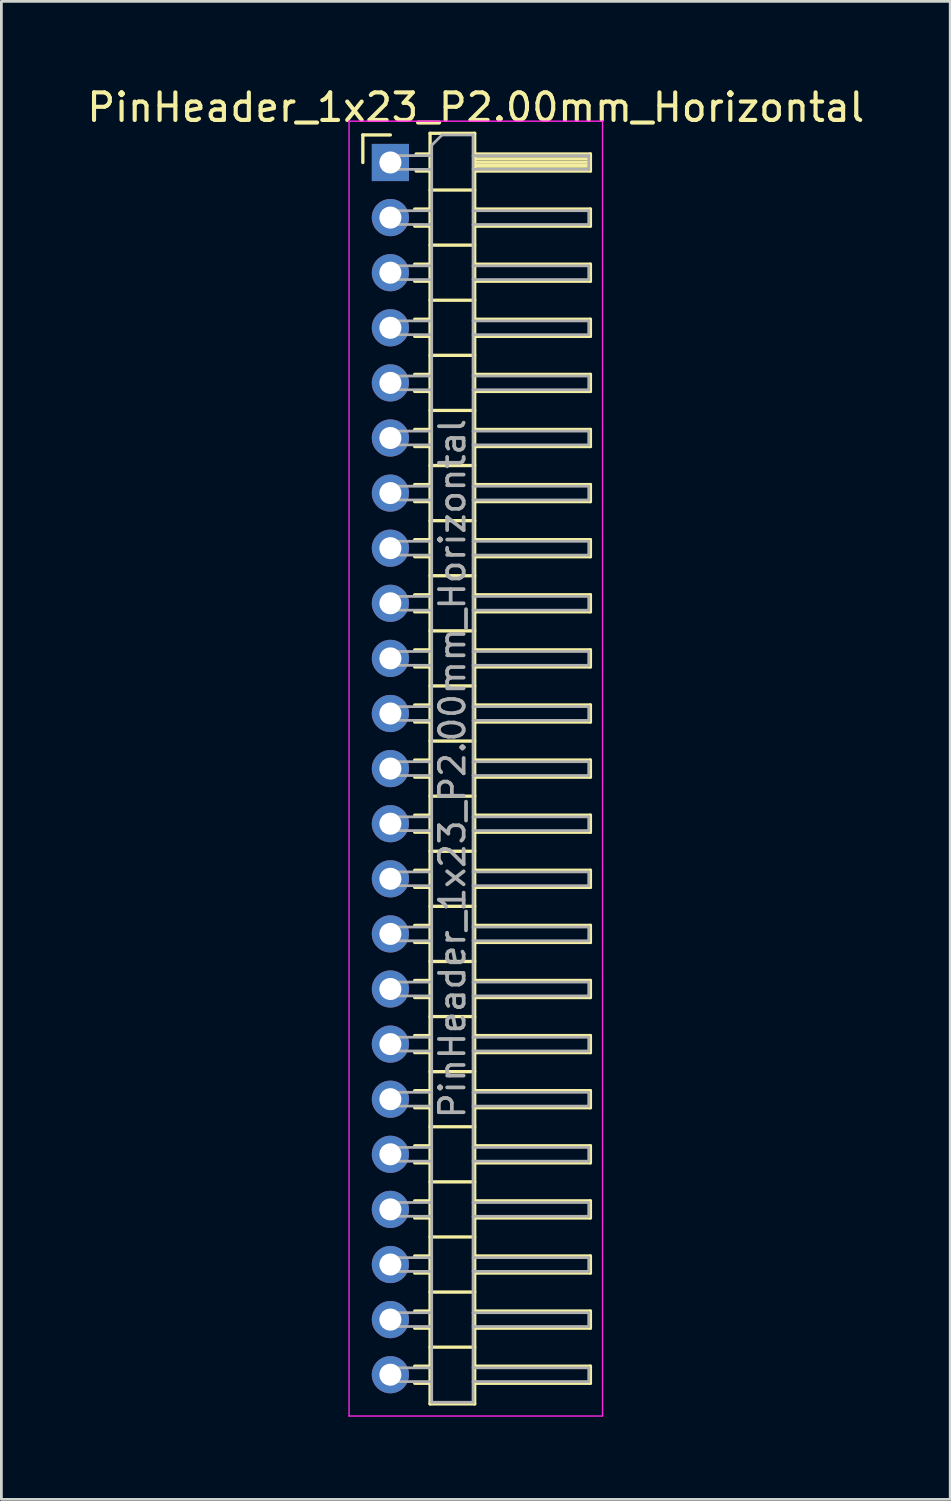
<source format=kicad_pcb>
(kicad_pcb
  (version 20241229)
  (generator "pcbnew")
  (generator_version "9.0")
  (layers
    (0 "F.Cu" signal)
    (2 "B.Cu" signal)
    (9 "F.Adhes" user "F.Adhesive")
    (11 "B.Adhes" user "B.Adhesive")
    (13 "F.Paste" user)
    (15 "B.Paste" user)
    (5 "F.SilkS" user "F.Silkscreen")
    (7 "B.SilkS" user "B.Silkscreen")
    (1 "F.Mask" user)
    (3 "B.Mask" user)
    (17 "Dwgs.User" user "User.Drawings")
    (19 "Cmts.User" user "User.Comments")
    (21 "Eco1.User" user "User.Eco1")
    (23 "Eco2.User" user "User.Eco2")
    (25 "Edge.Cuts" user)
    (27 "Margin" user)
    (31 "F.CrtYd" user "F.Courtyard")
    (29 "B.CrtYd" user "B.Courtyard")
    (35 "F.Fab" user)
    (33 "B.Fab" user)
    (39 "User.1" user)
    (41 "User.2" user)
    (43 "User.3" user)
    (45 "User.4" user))
  (footprint "PinHeader_1x23_P2.00mm_Horizontal"
    (layer "F.Cu")
    (at 11.12 2.848)
    (property "Reference" "PinHeader_1x23_P2.00mm_Horizontal" (at 3.1 -2 0) (layer "F.SilkS") (effects (font (size 1 1) (thickness 0.15))))
    (attr through_hole)
    (fp_line (start -1 -1) (end 0 -1) (stroke (width 0.12) (type solid)) (layer "F.SilkS"))
    (fp_line (start -1 0) (end -1 -1) (stroke (width 0.12) (type solid)) (layer "F.SilkS"))
    (fp_line (start 0.882 1.69) (end 1.44 1.69) (stroke (width 0.12) (type solid)) (layer "F.SilkS"))
    (fp_line (start 0.882 2.31) (end 1.44 2.31) (stroke (width 0.12) (type solid)) (layer "F.SilkS"))
    (fp_line (start 0.882 3.69) (end 1.44 3.69) (stroke (width 0.12) (type solid)) (layer "F.SilkS"))
    (fp_line (start 0.882 4.31) (end 1.44 4.31) (stroke (width 0.12) (type solid)) (layer "F.SilkS"))
    (fp_line (start 0.882 5.69) (end 1.44 5.69) (stroke (width 0.12) (type solid)) (layer "F.SilkS"))
    (fp_line (start 0.882 6.31) (end 1.44 6.31) (stroke (width 0.12) (type solid)) (layer "F.SilkS"))
    (fp_line (start 0.882 7.69) (end 1.44 7.69) (stroke (width 0.12) (type solid)) (layer "F.SilkS"))
    (fp_line (start 0.882 8.31) (end 1.44 8.31) (stroke (width 0.12) (type solid)) (layer "F.SilkS"))
    (fp_line (start 0.882 9.69) (end 1.44 9.69) (stroke (width 0.12) (type solid)) (layer "F.SilkS"))
    (fp_line (start 0.882 10.31) (end 1.44 10.31) (stroke (width 0.12) (type solid)) (layer "F.SilkS"))
    (fp_line (start 0.882 11.69) (end 1.44 11.69) (stroke (width 0.12) (type solid)) (layer "F.SilkS"))
    (fp_line (start 0.882 12.31) (end 1.44 12.31) (stroke (width 0.12) (type solid)) (layer "F.SilkS"))
    (fp_line (start 0.882 13.69) (end 1.44 13.69) (stroke (width 0.12) (type solid)) (layer "F.SilkS"))
    (fp_line (start 0.882 14.31) (end 1.44 14.31) (stroke (width 0.12) (type solid)) (layer "F.SilkS"))
    (fp_line (start 0.882 15.69) (end 1.44 15.69) (stroke (width 0.12) (type solid)) (layer "F.SilkS"))
    (fp_line (start 0.882 16.31) (end 1.44 16.31) (stroke (width 0.12) (type solid)) (layer "F.SilkS"))
    (fp_line (start 0.882 17.69) (end 1.44 17.69) (stroke (width 0.12) (type solid)) (layer "F.SilkS"))
    (fp_line (start 0.882 18.31) (end 1.44 18.31) (stroke (width 0.12) (type solid)) (layer "F.SilkS"))
    (fp_line (start 0.882 19.69) (end 1.44 19.69) (stroke (width 0.12) (type solid)) (layer "F.SilkS"))
    (fp_line (start 0.882 20.31) (end 1.44 20.31) (stroke (width 0.12) (type solid)) (layer "F.SilkS"))
    (fp_line (start 0.882 21.69) (end 1.44 21.69) (stroke (width 0.12) (type solid)) (layer "F.SilkS"))
    (fp_line (start 0.882 22.31) (end 1.44 22.31) (stroke (width 0.12) (type solid)) (layer "F.SilkS"))
    (fp_line (start 0.882 23.69) (end 1.44 23.69) (stroke (width 0.12) (type solid)) (layer "F.SilkS"))
    (fp_line (start 0.882 24.31) (end 1.44 24.31) (stroke (width 0.12) (type solid)) (layer "F.SilkS"))
    (fp_line (start 0.882 25.69) (end 1.44 25.69) (stroke (width 0.12) (type solid)) (layer "F.SilkS"))
    (fp_line (start 0.882 26.31) (end 1.44 26.31) (stroke (width 0.12) (type solid)) (layer "F.SilkS"))
    (fp_line (start 0.882 27.69) (end 1.44 27.69) (stroke (width 0.12) (type solid)) (layer "F.SilkS"))
    (fp_line (start 0.882 28.31) (end 1.44 28.31) (stroke (width 0.12) (type solid)) (layer "F.SilkS"))
    (fp_line (start 0.882 29.69) (end 1.44 29.69) (stroke (width 0.12) (type solid)) (layer "F.SilkS"))
    (fp_line (start 0.882 30.31) (end 1.44 30.31) (stroke (width 0.12) (type solid)) (layer "F.SilkS"))
    (fp_line (start 0.882 31.69) (end 1.44 31.69) (stroke (width 0.12) (type solid)) (layer "F.SilkS"))
    (fp_line (start 0.882 32.31) (end 1.44 32.31) (stroke (width 0.12) (type solid)) (layer "F.SilkS"))
    (fp_line (start 0.882 33.69) (end 1.44 33.69) (stroke (width 0.12) (type solid)) (layer "F.SilkS"))
    (fp_line (start 0.882 34.31) (end 1.44 34.31) (stroke (width 0.12) (type solid)) (layer "F.SilkS"))
    (fp_line (start 0.882 35.69) (end 1.44 35.69) (stroke (width 0.12) (type solid)) (layer "F.SilkS"))
    (fp_line (start 0.882 36.31) (end 1.44 36.31) (stroke (width 0.12) (type solid)) (layer "F.SilkS"))
    (fp_line (start 0.882 37.69) (end 1.44 37.69) (stroke (width 0.12) (type solid)) (layer "F.SilkS"))
    (fp_line (start 0.882 38.31) (end 1.44 38.31) (stroke (width 0.12) (type solid)) (layer "F.SilkS"))
    (fp_line (start 0.882 39.69) (end 1.44 39.69) (stroke (width 0.12) (type solid)) (layer "F.SilkS"))
    (fp_line (start 0.882 40.31) (end 1.44 40.31) (stroke (width 0.12) (type solid)) (layer "F.SilkS"))
    (fp_line (start 0.882 41.69) (end 1.44 41.69) (stroke (width 0.12) (type solid)) (layer "F.SilkS"))
    (fp_line (start 0.882 42.31) (end 1.44 42.31) (stroke (width 0.12) (type solid)) (layer "F.SilkS"))
    (fp_line (start 0.882 43.69) (end 1.44 43.69) (stroke (width 0.12) (type solid)) (layer "F.SilkS"))
    (fp_line (start 0.882 44.31) (end 1.44 44.31) (stroke (width 0.12) (type solid)) (layer "F.SilkS"))
    (fp_line (start 0.935 -0.31) (end 1.44 -0.31) (stroke (width 0.12) (type solid)) (layer "F.SilkS"))
    (fp_line (start 0.935 0.31) (end 1.44 0.31) (stroke (width 0.12) (type solid)) (layer "F.SilkS"))
    (fp_line (start 1.44 -1.06) (end 1.44 45.06) (stroke (width 0.12) (type solid)) (layer "F.SilkS"))
    (fp_line (start 1.44 1) (end 3.06 1) (stroke (width 0.12) (type solid)) (layer "F.SilkS"))
    (fp_line (start 1.44 3) (end 3.06 3) (stroke (width 0.12) (type solid)) (layer "F.SilkS"))
    (fp_line (start 1.44 5) (end 3.06 5) (stroke (width 0.12) (type solid)) (layer "F.SilkS"))
    (fp_line (start 1.44 7) (end 3.06 7) (stroke (width 0.12) (type solid)) (layer "F.SilkS"))
    (fp_line (start 1.44 9) (end 3.06 9) (stroke (width 0.12) (type solid)) (layer "F.SilkS"))
    (fp_line (start 1.44 11) (end 3.06 11) (stroke (width 0.12) (type solid)) (layer "F.SilkS"))
    (fp_line (start 1.44 13) (end 3.06 13) (stroke (width 0.12) (type solid)) (layer "F.SilkS"))
    (fp_line (start 1.44 15) (end 3.06 15) (stroke (width 0.12) (type solid)) (layer "F.SilkS"))
    (fp_line (start 1.44 17) (end 3.06 17) (stroke (width 0.12) (type solid)) (layer "F.SilkS"))
    (fp_line (start 1.44 19) (end 3.06 19) (stroke (width 0.12) (type solid)) (layer "F.SilkS"))
    (fp_line (start 1.44 21) (end 3.06 21) (stroke (width 0.12) (type solid)) (layer "F.SilkS"))
    (fp_line (start 1.44 23) (end 3.06 23) (stroke (width 0.12) (type solid)) (layer "F.SilkS"))
    (fp_line (start 1.44 25) (end 3.06 25) (stroke (width 0.12) (type solid)) (layer "F.SilkS"))
    (fp_line (start 1.44 27) (end 3.06 27) (stroke (width 0.12) (type solid)) (layer "F.SilkS"))
    (fp_line (start 1.44 29) (end 3.06 29) (stroke (width 0.12) (type solid)) (layer "F.SilkS"))
    (fp_line (start 1.44 31) (end 3.06 31) (stroke (width 0.12) (type solid)) (layer "F.SilkS"))
    (fp_line (start 1.44 33) (end 3.06 33) (stroke (width 0.12) (type solid)) (layer "F.SilkS"))
    (fp_line (start 1.44 35) (end 3.06 35) (stroke (width 0.12) (type solid)) (layer "F.SilkS"))
    (fp_line (start 1.44 37) (end 3.06 37) (stroke (width 0.12) (type solid)) (layer "F.SilkS"))
    (fp_line (start 1.44 39) (end 3.06 39) (stroke (width 0.12) (type solid)) (layer "F.SilkS"))
    (fp_line (start 1.44 41) (end 3.06 41) (stroke (width 0.12) (type solid)) (layer "F.SilkS"))
    (fp_line (start 1.44 43) (end 3.06 43) (stroke (width 0.12) (type solid)) (layer "F.SilkS"))
    (fp_line (start 1.44 45.06) (end 3.06 45.06) (stroke (width 0.12) (type solid)) (layer "F.SilkS"))
    (fp_line (start 3.06 -1.06) (end 1.44 -1.06) (stroke (width 0.12) (type solid)) (layer "F.SilkS"))
    (fp_line (start 3.06 -0.31) (end 7.26 -0.31) (stroke (width 0.12) (type solid)) (layer "F.SilkS"))
    (fp_line (start 3.06 -0.25) (end 7.26 -0.25) (stroke (width 0.12) (type solid)) (layer "F.SilkS"))
    (fp_line (start 3.06 -0.13) (end 7.26 -0.13) (stroke (width 0.12) (type solid)) (layer "F.SilkS"))
    (fp_line (start 3.06 -0.01) (end 7.26 -0.01) (stroke (width 0.12) (type solid)) (layer "F.SilkS"))
    (fp_line (start 3.06 0.11) (end 7.26 0.11) (stroke (width 0.12) (type solid)) (layer "F.SilkS"))
    (fp_line (start 3.06 0.23) (end 7.26 0.23) (stroke (width 0.12) (type solid)) (layer "F.SilkS"))
    (fp_line (start 3.06 1.69) (end 7.26 1.69) (stroke (width 0.12) (type solid)) (layer "F.SilkS"))
    (fp_line (start 3.06 3.69) (end 7.26 3.69) (stroke (width 0.12) (type solid)) (layer "F.SilkS"))
    (fp_line (start 3.06 5.69) (end 7.26 5.69) (stroke (width 0.12) (type solid)) (layer "F.SilkS"))
    (fp_line (start 3.06 7.69) (end 7.26 7.69) (stroke (width 0.12) (type solid)) (layer "F.SilkS"))
    (fp_line (start 3.06 9.69) (end 7.26 9.69) (stroke (width 0.12) (type solid)) (layer "F.SilkS"))
    (fp_line (start 3.06 11.69) (end 7.26 11.69) (stroke (width 0.12) (type solid)) (layer "F.SilkS"))
    (fp_line (start 3.06 13.69) (end 7.26 13.69) (stroke (width 0.12) (type solid)) (layer "F.SilkS"))
    (fp_line (start 3.06 15.69) (end 7.26 15.69) (stroke (width 0.12) (type solid)) (layer "F.SilkS"))
    (fp_line (start 3.06 17.69) (end 7.26 17.69) (stroke (width 0.12) (type solid)) (layer "F.SilkS"))
    (fp_line (start 3.06 19.69) (end 7.26 19.69) (stroke (width 0.12) (type solid)) (layer "F.SilkS"))
    (fp_line (start 3.06 21.69) (end 7.26 21.69) (stroke (width 0.12) (type solid)) (layer "F.SilkS"))
    (fp_line (start 3.06 23.69) (end 7.26 23.69) (stroke (width 0.12) (type solid)) (layer "F.SilkS"))
    (fp_line (start 3.06 25.69) (end 7.26 25.69) (stroke (width 0.12) (type solid)) (layer "F.SilkS"))
    (fp_line (start 3.06 27.69) (end 7.26 27.69) (stroke (width 0.12) (type solid)) (layer "F.SilkS"))
    (fp_line (start 3.06 29.69) (end 7.26 29.69) (stroke (width 0.12) (type solid)) (layer "F.SilkS"))
    (fp_line (start 3.06 31.69) (end 7.26 31.69) (stroke (width 0.12) (type solid)) (layer "F.SilkS"))
    (fp_line (start 3.06 33.69) (end 7.26 33.69) (stroke (width 0.12) (type solid)) (layer "F.SilkS"))
    (fp_line (start 3.06 35.69) (end 7.26 35.69) (stroke (width 0.12) (type solid)) (layer "F.SilkS"))
    (fp_line (start 3.06 37.69) (end 7.26 37.69) (stroke (width 0.12) (type solid)) (layer "F.SilkS"))
    (fp_line (start 3.06 39.69) (end 7.26 39.69) (stroke (width 0.12) (type solid)) (layer "F.SilkS"))
    (fp_line (start 3.06 41.69) (end 7.26 41.69) (stroke (width 0.12) (type solid)) (layer "F.SilkS"))
    (fp_line (start 3.06 43.69) (end 7.26 43.69) (stroke (width 0.12) (type solid)) (layer "F.SilkS"))
    (fp_line (start 3.06 45.06) (end 3.06 -1.06) (stroke (width 0.12) (type solid)) (layer "F.SilkS"))
    (fp_line (start 7.26 -0.31) (end 7.26 0.31) (stroke (width 0.12) (type solid)) (layer "F.SilkS"))
    (fp_line (start 7.26 0.31) (end 3.06 0.31) (stroke (width 0.12) (type solid)) (layer "F.SilkS"))
    (fp_line (start 7.26 1.69) (end 7.26 2.31) (stroke (width 0.12) (type solid)) (layer "F.SilkS"))
    (fp_line (start 7.26 2.31) (end 3.06 2.31) (stroke (width 0.12) (type solid)) (layer "F.SilkS"))
    (fp_line (start 7.26 3.69) (end 7.26 4.31) (stroke (width 0.12) (type solid)) (layer "F.SilkS"))
    (fp_line (start 7.26 4.31) (end 3.06 4.31) (stroke (width 0.12) (type solid)) (layer "F.SilkS"))
    (fp_line (start 7.26 5.69) (end 7.26 6.31) (stroke (width 0.12) (type solid)) (layer "F.SilkS"))
    (fp_line (start 7.26 6.31) (end 3.06 6.31) (stroke (width 0.12) (type solid)) (layer "F.SilkS"))
    (fp_line (start 7.26 7.69) (end 7.26 8.31) (stroke (width 0.12) (type solid)) (layer "F.SilkS"))
    (fp_line (start 7.26 8.31) (end 3.06 8.31) (stroke (width 0.12) (type solid)) (layer "F.SilkS"))
    (fp_line (start 7.26 9.69) (end 7.26 10.31) (stroke (width 0.12) (type solid)) (layer "F.SilkS"))
    (fp_line (start 7.26 10.31) (end 3.06 10.31) (stroke (width 0.12) (type solid)) (layer "F.SilkS"))
    (fp_line (start 7.26 11.69) (end 7.26 12.31) (stroke (width 0.12) (type solid)) (layer "F.SilkS"))
    (fp_line (start 7.26 12.31) (end 3.06 12.31) (stroke (width 0.12) (type solid)) (layer "F.SilkS"))
    (fp_line (start 7.26 13.69) (end 7.26 14.31) (stroke (width 0.12) (type solid)) (layer "F.SilkS"))
    (fp_line (start 7.26 14.31) (end 3.06 14.31) (stroke (width 0.12) (type solid)) (layer "F.SilkS"))
    (fp_line (start 7.26 15.69) (end 7.26 16.31) (stroke (width 0.12) (type solid)) (layer "F.SilkS"))
    (fp_line (start 7.26 16.31) (end 3.06 16.31) (stroke (width 0.12) (type solid)) (layer "F.SilkS"))
    (fp_line (start 7.26 17.69) (end 7.26 18.31) (stroke (width 0.12) (type solid)) (layer "F.SilkS"))
    (fp_line (start 7.26 18.31) (end 3.06 18.31) (stroke (width 0.12) (type solid)) (layer "F.SilkS"))
    (fp_line (start 7.26 19.69) (end 7.26 20.31) (stroke (width 0.12) (type solid)) (layer "F.SilkS"))
    (fp_line (start 7.26 20.31) (end 3.06 20.31) (stroke (width 0.12) (type solid)) (layer "F.SilkS"))
    (fp_line (start 7.26 21.69) (end 7.26 22.31) (stroke (width 0.12) (type solid)) (layer "F.SilkS"))
    (fp_line (start 7.26 22.31) (end 3.06 22.31) (stroke (width 0.12) (type solid)) (layer "F.SilkS"))
    (fp_line (start 7.26 23.69) (end 7.26 24.31) (stroke (width 0.12) (type solid)) (layer "F.SilkS"))
    (fp_line (start 7.26 24.31) (end 3.06 24.31) (stroke (width 0.12) (type solid)) (layer "F.SilkS"))
    (fp_line (start 7.26 25.69) (end 7.26 26.31) (stroke (width 0.12) (type solid)) (layer "F.SilkS"))
    (fp_line (start 7.26 26.31) (end 3.06 26.31) (stroke (width 0.12) (type solid)) (layer "F.SilkS"))
    (fp_line (start 7.26 27.69) (end 7.26 28.31) (stroke (width 0.12) (type solid)) (layer "F.SilkS"))
    (fp_line (start 7.26 28.31) (end 3.06 28.31) (stroke (width 0.12) (type solid)) (layer "F.SilkS"))
    (fp_line (start 7.26 29.69) (end 7.26 30.31) (stroke (width 0.12) (type solid)) (layer "F.SilkS"))
    (fp_line (start 7.26 30.31) (end 3.06 30.31) (stroke (width 0.12) (type solid)) (layer "F.SilkS"))
    (fp_line (start 7.26 31.69) (end 7.26 32.31) (stroke (width 0.12) (type solid)) (layer "F.SilkS"))
    (fp_line (start 7.26 32.31) (end 3.06 32.31) (stroke (width 0.12) (type solid)) (layer "F.SilkS"))
    (fp_line (start 7.26 33.69) (end 7.26 34.31) (stroke (width 0.12) (type solid)) (layer "F.SilkS"))
    (fp_line (start 7.26 34.31) (end 3.06 34.31) (stroke (width 0.12) (type solid)) (layer "F.SilkS"))
    (fp_line (start 7.26 35.69) (end 7.26 36.31) (stroke (width 0.12) (type solid)) (layer "F.SilkS"))
    (fp_line (start 7.26 36.31) (end 3.06 36.31) (stroke (width 0.12) (type solid)) (layer "F.SilkS"))
    (fp_line (start 7.26 37.69) (end 7.26 38.31) (stroke (width 0.12) (type solid)) (layer "F.SilkS"))
    (fp_line (start 7.26 38.31) (end 3.06 38.31) (stroke (width 0.12) (type solid)) (layer "F.SilkS"))
    (fp_line (start 7.26 39.69) (end 7.26 40.31) (stroke (width 0.12) (type solid)) (layer "F.SilkS"))
    (fp_line (start 7.26 40.31) (end 3.06 40.31) (stroke (width 0.12) (type solid)) (layer "F.SilkS"))
    (fp_line (start 7.26 41.69) (end 7.26 42.31) (stroke (width 0.12) (type solid)) (layer "F.SilkS"))
    (fp_line (start 7.26 42.31) (end 3.06 42.31) (stroke (width 0.12) (type solid)) (layer "F.SilkS"))
    (fp_line (start 7.26 43.69) (end 7.26 44.31) (stroke (width 0.12) (type solid)) (layer "F.SilkS"))
    (fp_line (start 7.26 44.31) (end 3.06 44.31) (stroke (width 0.12) (type solid)) (layer "F.SilkS"))
    (fp_line (start -1.5 -1.5) (end -1.5 45.5) (stroke (width 0.05) (type solid)) (layer "F.CrtYd"))
    (fp_line (start -1.5 45.5) (end 7.7 45.5) (stroke (width 0.05) (type solid)) (layer "F.CrtYd"))
    (fp_line (start 7.7 -1.5) (end -1.5 -1.5) (stroke (width 0.05) (type solid)) (layer "F.CrtYd"))
    (fp_line (start 7.7 45.5) (end 7.7 -1.5) (stroke (width 0.05) (type solid)) (layer "F.CrtYd"))
    (fp_line (start -0.25 -0.25) (end -0.25 0.25) (stroke (width 0.1) (type solid)) (layer "F.Fab"))
    (fp_line (start -0.25 -0.25) (end 1.5 -0.25) (stroke (width 0.1) (type solid)) (layer "F.Fab"))
    (fp_line (start -0.25 0.25) (end 1.5 0.25) (stroke (width 0.1) (type solid)) (layer "F.Fab"))
    (fp_line (start -0.25 1.75) (end -0.25 2.25) (stroke (width 0.1) (type solid)) (layer "F.Fab"))
    (fp_line (start -0.25 1.75) (end 1.5 1.75) (stroke (width 0.1) (type solid)) (layer "F.Fab"))
    (fp_line (start -0.25 2.25) (end 1.5 2.25) (stroke (width 0.1) (type solid)) (layer "F.Fab"))
    (fp_line (start -0.25 3.75) (end -0.25 4.25) (stroke (width 0.1) (type solid)) (layer "F.Fab"))
    (fp_line (start -0.25 3.75) (end 1.5 3.75) (stroke (width 0.1) (type solid)) (layer "F.Fab"))
    (fp_line (start -0.25 4.25) (end 1.5 4.25) (stroke (width 0.1) (type solid)) (layer "F.Fab"))
    (fp_line (start -0.25 5.75) (end -0.25 6.25) (stroke (width 0.1) (type solid)) (layer "F.Fab"))
    (fp_line (start -0.25 5.75) (end 1.5 5.75) (stroke (width 0.1) (type solid)) (layer "F.Fab"))
    (fp_line (start -0.25 6.25) (end 1.5 6.25) (stroke (width 0.1) (type solid)) (layer "F.Fab"))
    (fp_line (start -0.25 7.75) (end -0.25 8.25) (stroke (width 0.1) (type solid)) (layer "F.Fab"))
    (fp_line (start -0.25 7.75) (end 1.5 7.75) (stroke (width 0.1) (type solid)) (layer "F.Fab"))
    (fp_line (start -0.25 8.25) (end 1.5 8.25) (stroke (width 0.1) (type solid)) (layer "F.Fab"))
    (fp_line (start -0.25 9.75) (end -0.25 10.25) (stroke (width 0.1) (type solid)) (layer "F.Fab"))
    (fp_line (start -0.25 9.75) (end 1.5 9.75) (stroke (width 0.1) (type solid)) (layer "F.Fab"))
    (fp_line (start -0.25 10.25) (end 1.5 10.25) (stroke (width 0.1) (type solid)) (layer "F.Fab"))
    (fp_line (start -0.25 11.75) (end -0.25 12.25) (stroke (width 0.1) (type solid)) (layer "F.Fab"))
    (fp_line (start -0.25 11.75) (end 1.5 11.75) (stroke (width 0.1) (type solid)) (layer "F.Fab"))
    (fp_line (start -0.25 12.25) (end 1.5 12.25) (stroke (width 0.1) (type solid)) (layer "F.Fab"))
    (fp_line (start -0.25 13.75) (end -0.25 14.25) (stroke (width 0.1) (type solid)) (layer "F.Fab"))
    (fp_line (start -0.25 13.75) (end 1.5 13.75) (stroke (width 0.1) (type solid)) (layer "F.Fab"))
    (fp_line (start -0.25 14.25) (end 1.5 14.25) (stroke (width 0.1) (type solid)) (layer "F.Fab"))
    (fp_line (start -0.25 15.75) (end -0.25 16.25) (stroke (width 0.1) (type solid)) (layer "F.Fab"))
    (fp_line (start -0.25 15.75) (end 1.5 15.75) (stroke (width 0.1) (type solid)) (layer "F.Fab"))
    (fp_line (start -0.25 16.25) (end 1.5 16.25) (stroke (width 0.1) (type solid)) (layer "F.Fab"))
    (fp_line (start -0.25 17.75) (end -0.25 18.25) (stroke (width 0.1) (type solid)) (layer "F.Fab"))
    (fp_line (start -0.25 17.75) (end 1.5 17.75) (stroke (width 0.1) (type solid)) (layer "F.Fab"))
    (fp_line (start -0.25 18.25) (end 1.5 18.25) (stroke (width 0.1) (type solid)) (layer "F.Fab"))
    (fp_line (start -0.25 19.75) (end -0.25 20.25) (stroke (width 0.1) (type solid)) (layer "F.Fab"))
    (fp_line (start -0.25 19.75) (end 1.5 19.75) (stroke (width 0.1) (type solid)) (layer "F.Fab"))
    (fp_line (start -0.25 20.25) (end 1.5 20.25) (stroke (width 0.1) (type solid)) (layer "F.Fab"))
    (fp_line (start -0.25 21.75) (end -0.25 22.25) (stroke (width 0.1) (type solid)) (layer "F.Fab"))
    (fp_line (start -0.25 21.75) (end 1.5 21.75) (stroke (width 0.1) (type solid)) (layer "F.Fab"))
    (fp_line (start -0.25 22.25) (end 1.5 22.25) (stroke (width 0.1) (type solid)) (layer "F.Fab"))
    (fp_line (start -0.25 23.75) (end -0.25 24.25) (stroke (width 0.1) (type solid)) (layer "F.Fab"))
    (fp_line (start -0.25 23.75) (end 1.5 23.75) (stroke (width 0.1) (type solid)) (layer "F.Fab"))
    (fp_line (start -0.25 24.25) (end 1.5 24.25) (stroke (width 0.1) (type solid)) (layer "F.Fab"))
    (fp_line (start -0.25 25.75) (end -0.25 26.25) (stroke (width 0.1) (type solid)) (layer "F.Fab"))
    (fp_line (start -0.25 25.75) (end 1.5 25.75) (stroke (width 0.1) (type solid)) (layer "F.Fab"))
    (fp_line (start -0.25 26.25) (end 1.5 26.25) (stroke (width 0.1) (type solid)) (layer "F.Fab"))
    (fp_line (start -0.25 27.75) (end -0.25 28.25) (stroke (width 0.1) (type solid)) (layer "F.Fab"))
    (fp_line (start -0.25 27.75) (end 1.5 27.75) (stroke (width 0.1) (type solid)) (layer "F.Fab"))
    (fp_line (start -0.25 28.25) (end 1.5 28.25) (stroke (width 0.1) (type solid)) (layer "F.Fab"))
    (fp_line (start -0.25 29.75) (end -0.25 30.25) (stroke (width 0.1) (type solid)) (layer "F.Fab"))
    (fp_line (start -0.25 29.75) (end 1.5 29.75) (stroke (width 0.1) (type solid)) (layer "F.Fab"))
    (fp_line (start -0.25 30.25) (end 1.5 30.25) (stroke (width 0.1) (type solid)) (layer "F.Fab"))
    (fp_line (start -0.25 31.75) (end -0.25 32.25) (stroke (width 0.1) (type solid)) (layer "F.Fab"))
    (fp_line (start -0.25 31.75) (end 1.5 31.75) (stroke (width 0.1) (type solid)) (layer "F.Fab"))
    (fp_line (start -0.25 32.25) (end 1.5 32.25) (stroke (width 0.1) (type solid)) (layer "F.Fab"))
    (fp_line (start -0.25 33.75) (end -0.25 34.25) (stroke (width 0.1) (type solid)) (layer "F.Fab"))
    (fp_line (start -0.25 33.75) (end 1.5 33.75) (stroke (width 0.1) (type solid)) (layer "F.Fab"))
    (fp_line (start -0.25 34.25) (end 1.5 34.25) (stroke (width 0.1) (type solid)) (layer "F.Fab"))
    (fp_line (start -0.25 35.75) (end -0.25 36.25) (stroke (width 0.1) (type solid)) (layer "F.Fab"))
    (fp_line (start -0.25 35.75) (end 1.5 35.75) (stroke (width 0.1) (type solid)) (layer "F.Fab"))
    (fp_line (start -0.25 36.25) (end 1.5 36.25) (stroke (width 0.1) (type solid)) (layer "F.Fab"))
    (fp_line (start -0.25 37.75) (end -0.25 38.25) (stroke (width 0.1) (type solid)) (layer "F.Fab"))
    (fp_line (start -0.25 37.75) (end 1.5 37.75) (stroke (width 0.1) (type solid)) (layer "F.Fab"))
    (fp_line (start -0.25 38.25) (end 1.5 38.25) (stroke (width 0.1) (type solid)) (layer "F.Fab"))
    (fp_line (start -0.25 39.75) (end -0.25 40.25) (stroke (width 0.1) (type solid)) (layer "F.Fab"))
    (fp_line (start -0.25 39.75) (end 1.5 39.75) (stroke (width 0.1) (type solid)) (layer "F.Fab"))
    (fp_line (start -0.25 40.25) (end 1.5 40.25) (stroke (width 0.1) (type solid)) (layer "F.Fab"))
    (fp_line (start -0.25 41.75) (end -0.25 42.25) (stroke (width 0.1) (type solid)) (layer "F.Fab"))
    (fp_line (start -0.25 41.75) (end 1.5 41.75) (stroke (width 0.1) (type solid)) (layer "F.Fab"))
    (fp_line (start -0.25 42.25) (end 1.5 42.25) (stroke (width 0.1) (type solid)) (layer "F.Fab"))
    (fp_line (start -0.25 43.75) (end -0.25 44.25) (stroke (width 0.1) (type solid)) (layer "F.Fab"))
    (fp_line (start -0.25 43.75) (end 1.5 43.75) (stroke (width 0.1) (type solid)) (layer "F.Fab"))
    (fp_line (start -0.25 44.25) (end 1.5 44.25) (stroke (width 0.1) (type solid)) (layer "F.Fab"))
    (fp_line (start 1.5 -0.625) (end 1.875 -1) (stroke (width 0.1) (type solid)) (layer "F.Fab"))
    (fp_line (start 1.5 45) (end 1.5 -0.625) (stroke (width 0.1) (type solid)) (layer "F.Fab"))
    (fp_line (start 1.875 -1) (end 3 -1) (stroke (width 0.1) (type solid)) (layer "F.Fab"))
    (fp_line (start 3 -1) (end 3 45) (stroke (width 0.1) (type solid)) (layer "F.Fab"))
    (fp_line (start 3 -0.25) (end 7.2 -0.25) (stroke (width 0.1) (type solid)) (layer "F.Fab"))
    (fp_line (start 3 0.25) (end 7.2 0.25) (stroke (width 0.1) (type solid)) (layer "F.Fab"))
    (fp_line (start 3 1.75) (end 7.2 1.75) (stroke (width 0.1) (type solid)) (layer "F.Fab"))
    (fp_line (start 3 2.25) (end 7.2 2.25) (stroke (width 0.1) (type solid)) (layer "F.Fab"))
    (fp_line (start 3 3.75) (end 7.2 3.75) (stroke (width 0.1) (type solid)) (layer "F.Fab"))
    (fp_line (start 3 4.25) (end 7.2 4.25) (stroke (width 0.1) (type solid)) (layer "F.Fab"))
    (fp_line (start 3 5.75) (end 7.2 5.75) (stroke (width 0.1) (type solid)) (layer "F.Fab"))
    (fp_line (start 3 6.25) (end 7.2 6.25) (stroke (width 0.1) (type solid)) (layer "F.Fab"))
    (fp_line (start 3 7.75) (end 7.2 7.75) (stroke (width 0.1) (type solid)) (layer "F.Fab"))
    (fp_line (start 3 8.25) (end 7.2 8.25) (stroke (width 0.1) (type solid)) (layer "F.Fab"))
    (fp_line (start 3 9.75) (end 7.2 9.75) (stroke (width 0.1) (type solid)) (layer "F.Fab"))
    (fp_line (start 3 10.25) (end 7.2 10.25) (stroke (width 0.1) (type solid)) (layer "F.Fab"))
    (fp_line (start 3 11.75) (end 7.2 11.75) (stroke (width 0.1) (type solid)) (layer "F.Fab"))
    (fp_line (start 3 12.25) (end 7.2 12.25) (stroke (width 0.1) (type solid)) (layer "F.Fab"))
    (fp_line (start 3 13.75) (end 7.2 13.75) (stroke (width 0.1) (type solid)) (layer "F.Fab"))
    (fp_line (start 3 14.25) (end 7.2 14.25) (stroke (width 0.1) (type solid)) (layer "F.Fab"))
    (fp_line (start 3 15.75) (end 7.2 15.75) (stroke (width 0.1) (type solid)) (layer "F.Fab"))
    (fp_line (start 3 16.25) (end 7.2 16.25) (stroke (width 0.1) (type solid)) (layer "F.Fab"))
    (fp_line (start 3 17.75) (end 7.2 17.75) (stroke (width 0.1) (type solid)) (layer "F.Fab"))
    (fp_line (start 3 18.25) (end 7.2 18.25) (stroke (width 0.1) (type solid)) (layer "F.Fab"))
    (fp_line (start 3 19.75) (end 7.2 19.75) (stroke (width 0.1) (type solid)) (layer "F.Fab"))
    (fp_line (start 3 20.25) (end 7.2 20.25) (stroke (width 0.1) (type solid)) (layer "F.Fab"))
    (fp_line (start 3 21.75) (end 7.2 21.75) (stroke (width 0.1) (type solid)) (layer "F.Fab"))
    (fp_line (start 3 22.25) (end 7.2 22.25) (stroke (width 0.1) (type solid)) (layer "F.Fab"))
    (fp_line (start 3 23.75) (end 7.2 23.75) (stroke (width 0.1) (type solid)) (layer "F.Fab"))
    (fp_line (start 3 24.25) (end 7.2 24.25) (stroke (width 0.1) (type solid)) (layer "F.Fab"))
    (fp_line (start 3 25.75) (end 7.2 25.75) (stroke (width 0.1) (type solid)) (layer "F.Fab"))
    (fp_line (start 3 26.25) (end 7.2 26.25) (stroke (width 0.1) (type solid)) (layer "F.Fab"))
    (fp_line (start 3 27.75) (end 7.2 27.75) (stroke (width 0.1) (type solid)) (layer "F.Fab"))
    (fp_line (start 3 28.25) (end 7.2 28.25) (stroke (width 0.1) (type solid)) (layer "F.Fab"))
    (fp_line (start 3 29.75) (end 7.2 29.75) (stroke (width 0.1) (type solid)) (layer "F.Fab"))
    (fp_line (start 3 30.25) (end 7.2 30.25) (stroke (width 0.1) (type solid)) (layer "F.Fab"))
    (fp_line (start 3 31.75) (end 7.2 31.75) (stroke (width 0.1) (type solid)) (layer "F.Fab"))
    (fp_line (start 3 32.25) (end 7.2 32.25) (stroke (width 0.1) (type solid)) (layer "F.Fab"))
    (fp_line (start 3 33.75) (end 7.2 33.75) (stroke (width 0.1) (type solid)) (layer "F.Fab"))
    (fp_line (start 3 34.25) (end 7.2 34.25) (stroke (width 0.1) (type solid)) (layer "F.Fab"))
    (fp_line (start 3 35.75) (end 7.2 35.75) (stroke (width 0.1) (type solid)) (layer "F.Fab"))
    (fp_line (start 3 36.25) (end 7.2 36.25) (stroke (width 0.1) (type solid)) (layer "F.Fab"))
    (fp_line (start 3 37.75) (end 7.2 37.75) (stroke (width 0.1) (type solid)) (layer "F.Fab"))
    (fp_line (start 3 38.25) (end 7.2 38.25) (stroke (width 0.1) (type solid)) (layer "F.Fab"))
    (fp_line (start 3 39.75) (end 7.2 39.75) (stroke (width 0.1) (type solid)) (layer "F.Fab"))
    (fp_line (start 3 40.25) (end 7.2 40.25) (stroke (width 0.1) (type solid)) (layer "F.Fab"))
    (fp_line (start 3 41.75) (end 7.2 41.75) (stroke (width 0.1) (type solid)) (layer "F.Fab"))
    (fp_line (start 3 42.25) (end 7.2 42.25) (stroke (width 0.1) (type solid)) (layer "F.Fab"))
    (fp_line (start 3 43.75) (end 7.2 43.75) (stroke (width 0.1) (type solid)) (layer "F.Fab"))
    (fp_line (start 3 44.25) (end 7.2 44.25) (stroke (width 0.1) (type solid)) (layer "F.Fab"))
    (fp_line (start 3 45) (end 1.5 45) (stroke (width 0.1) (type solid)) (layer "F.Fab"))
    (fp_line (start 7.2 -0.25) (end 7.2 0.25) (stroke (width 0.1) (type solid)) (layer "F.Fab"))
    (fp_line (start 7.2 1.75) (end 7.2 2.25) (stroke (width 0.1) (type solid)) (layer "F.Fab"))
    (fp_line (start 7.2 3.75) (end 7.2 4.25) (stroke (width 0.1) (type solid)) (layer "F.Fab"))
    (fp_line (start 7.2 5.75) (end 7.2 6.25) (stroke (width 0.1) (type solid)) (layer "F.Fab"))
    (fp_line (start 7.2 7.75) (end 7.2 8.25) (stroke (width 0.1) (type solid)) (layer "F.Fab"))
    (fp_line (start 7.2 9.75) (end 7.2 10.25) (stroke (width 0.1) (type solid)) (layer "F.Fab"))
    (fp_line (start 7.2 11.75) (end 7.2 12.25) (stroke (width 0.1) (type solid)) (layer "F.Fab"))
    (fp_line (start 7.2 13.75) (end 7.2 14.25) (stroke (width 0.1) (type solid)) (layer "F.Fab"))
    (fp_line (start 7.2 15.75) (end 7.2 16.25) (stroke (width 0.1) (type solid)) (layer "F.Fab"))
    (fp_line (start 7.2 17.75) (end 7.2 18.25) (stroke (width 0.1) (type solid)) (layer "F.Fab"))
    (fp_line (start 7.2 19.75) (end 7.2 20.25) (stroke (width 0.1) (type solid)) (layer "F.Fab"))
    (fp_line (start 7.2 21.75) (end 7.2 22.25) (stroke (width 0.1) (type solid)) (layer "F.Fab"))
    (fp_line (start 7.2 23.75) (end 7.2 24.25) (stroke (width 0.1) (type solid)) (layer "F.Fab"))
    (fp_line (start 7.2 25.75) (end 7.2 26.25) (stroke (width 0.1) (type solid)) (layer "F.Fab"))
    (fp_line (start 7.2 27.75) (end 7.2 28.25) (stroke (width 0.1) (type solid)) (layer "F.Fab"))
    (fp_line (start 7.2 29.75) (end 7.2 30.25) (stroke (width 0.1) (type solid)) (layer "F.Fab"))
    (fp_line (start 7.2 31.75) (end 7.2 32.25) (stroke (width 0.1) (type solid)) (layer "F.Fab"))
    (fp_line (start 7.2 33.75) (end 7.2 34.25) (stroke (width 0.1) (type solid)) (layer "F.Fab"))
    (fp_line (start 7.2 35.75) (end 7.2 36.25) (stroke (width 0.1) (type solid)) (layer "F.Fab"))
    (fp_line (start 7.2 37.75) (end 7.2 38.25) (stroke (width 0.1) (type solid)) (layer "F.Fab"))
    (fp_line (start 7.2 39.75) (end 7.2 40.25) (stroke (width 0.1) (type solid)) (layer "F.Fab"))
    (fp_line (start 7.2 41.75) (end 7.2 42.25) (stroke (width 0.1) (type solid)) (layer "F.Fab"))
    (fp_line (start 7.2 43.75) (end 7.2 44.25) (stroke (width 0.1) (type solid)) (layer "F.Fab"))
    (fp_text user "${REFERENCE}" (at 2.25 22 90) (layer "F.Fab") (effects (font (size 0.9 0.9) (thickness 0.135))))
    (pad "1" thru_hole rect (at 0 0) (size 1.35 1.35) (drill 0.8) (layers "*.Cu" "*.Mask"))
    (pad "2" thru_hole oval (at 0 2) (size 1.35 1.35) (drill 0.8) (layers "*.Cu" "*.Mask"))
    (pad "3" thru_hole oval (at 0 4) (size 1.35 1.35) (drill 0.8) (layers "*.Cu" "*.Mask"))
    (pad "4" thru_hole oval (at 0 6) (size 1.35 1.35) (drill 0.8) (layers "*.Cu" "*.Mask"))
    (pad "5" thru_hole oval (at 0 8) (size 1.35 1.35) (drill 0.8) (layers "*.Cu" "*.Mask"))
    (pad "6" thru_hole oval (at 0 10) (size 1.35 1.35) (drill 0.8) (layers "*.Cu" "*.Mask"))
    (pad "7" thru_hole oval (at 0 12) (size 1.35 1.35) (drill 0.8) (layers "*.Cu" "*.Mask"))
    (pad "8" thru_hole oval (at 0 14) (size 1.35 1.35) (drill 0.8) (layers "*.Cu" "*.Mask"))
    (pad "9" thru_hole oval (at 0 16) (size 1.35 1.35) (drill 0.8) (layers "*.Cu" "*.Mask"))
    (pad "10" thru_hole oval (at 0 18) (size 1.35 1.35) (drill 0.8) (layers "*.Cu" "*.Mask"))
    (pad "11" thru_hole oval (at 0 20) (size 1.35 1.35) (drill 0.8) (layers "*.Cu" "*.Mask"))
    (pad "12" thru_hole oval (at 0 22) (size 1.35 1.35) (drill 0.8) (layers "*.Cu" "*.Mask"))
    (pad "13" thru_hole oval (at 0 24) (size 1.35 1.35) (drill 0.8) (layers "*.Cu" "*.Mask"))
    (pad "14" thru_hole oval (at 0 26) (size 1.35 1.35) (drill 0.8) (layers "*.Cu" "*.Mask"))
    (pad "15" thru_hole oval (at 0 28) (size 1.35 1.35) (drill 0.8) (layers "*.Cu" "*.Mask"))
    (pad "16" thru_hole oval (at 0 30) (size 1.35 1.35) (drill 0.8) (layers "*.Cu" "*.Mask"))
    (pad "17" thru_hole oval (at 0 32) (size 1.35 1.35) (drill 0.8) (layers "*.Cu" "*.Mask"))
    (pad "18" thru_hole oval (at 0 34) (size 1.35 1.35) (drill 0.8) (layers "*.Cu" "*.Mask"))
    (pad "19" thru_hole oval (at 0 36) (size 1.35 1.35) (drill 0.8) (layers "*.Cu" "*.Mask"))
    (pad "20" thru_hole oval (at 0 38) (size 1.35 1.35) (drill 0.8) (layers "*.Cu" "*.Mask"))
    (pad "21" thru_hole oval (at 0 40) (size 1.35 1.35) (drill 0.8) (layers "*.Cu" "*.Mask"))
    (pad "22" thru_hole oval (at 0 42) (size 1.35 1.35) (drill 0.8) (layers "*.Cu" "*.Mask"))
    (pad "23" thru_hole oval (at 0 44) (size 1.35 1.35) (drill 0.8) (layers "*.Cu" "*.Mask")))
  (gr_rect
    (start -3 -3)
    (end 31.44 51.373)
    (stroke (width 0.1) (type default))
    (fill no)
    (layer "Edge.Cuts")))
</source>
